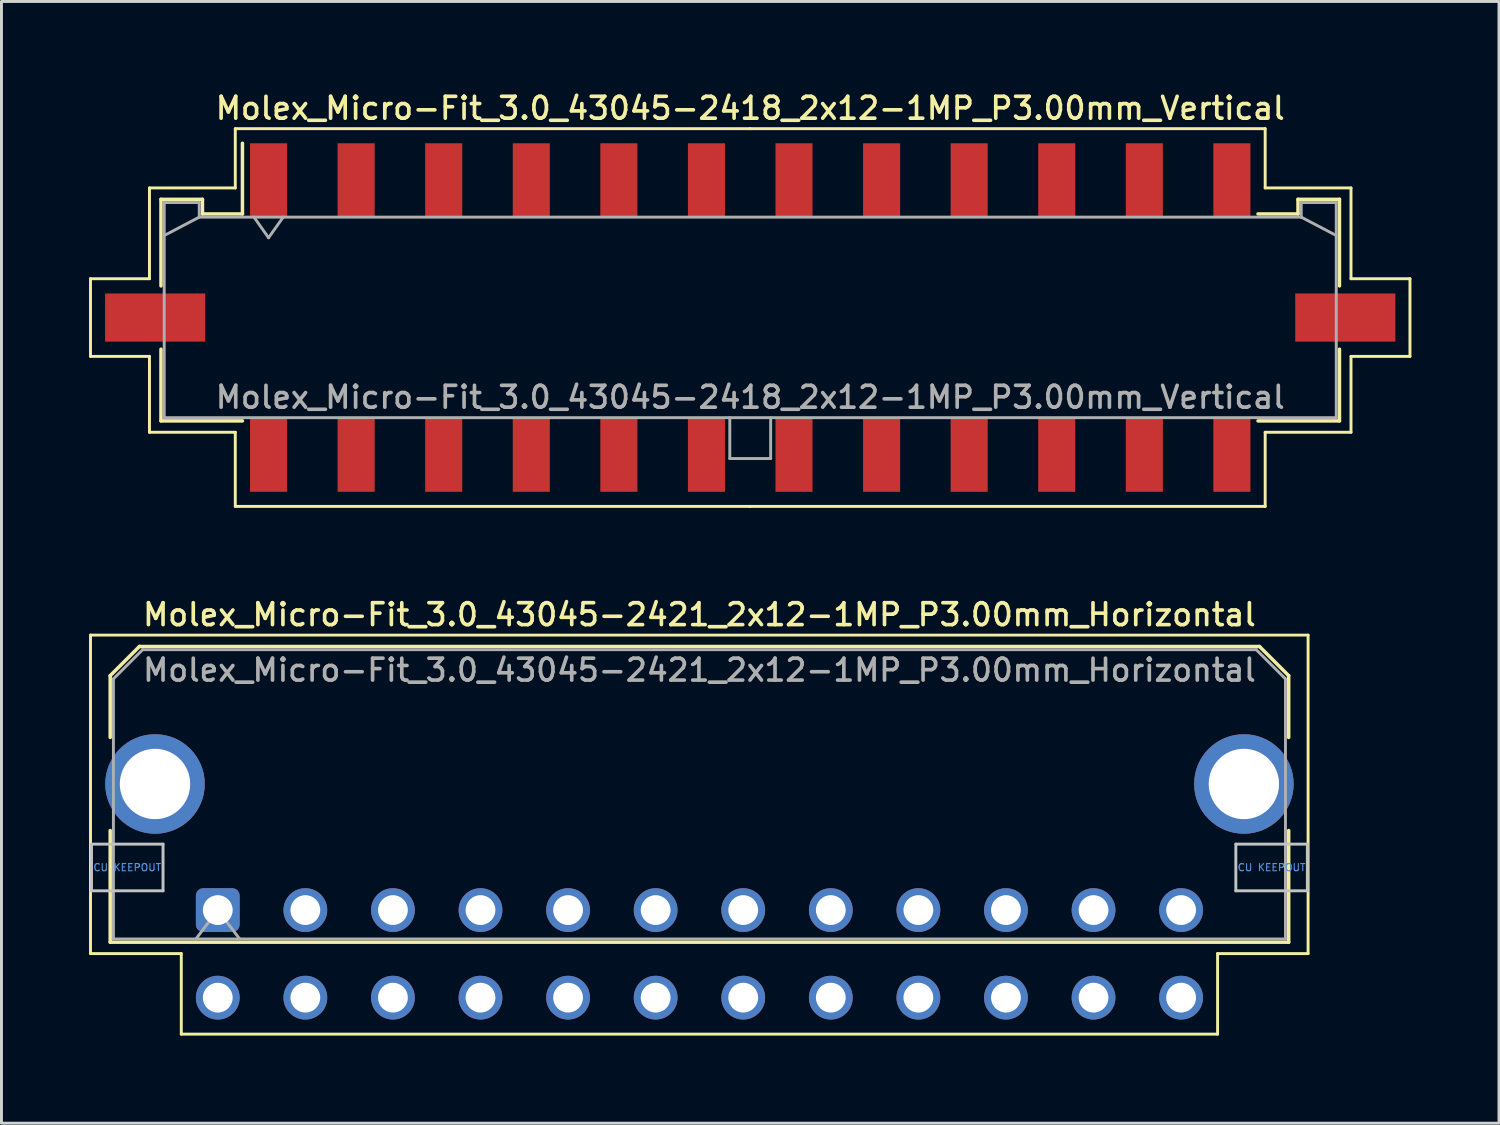
<source format=kicad_pcb>
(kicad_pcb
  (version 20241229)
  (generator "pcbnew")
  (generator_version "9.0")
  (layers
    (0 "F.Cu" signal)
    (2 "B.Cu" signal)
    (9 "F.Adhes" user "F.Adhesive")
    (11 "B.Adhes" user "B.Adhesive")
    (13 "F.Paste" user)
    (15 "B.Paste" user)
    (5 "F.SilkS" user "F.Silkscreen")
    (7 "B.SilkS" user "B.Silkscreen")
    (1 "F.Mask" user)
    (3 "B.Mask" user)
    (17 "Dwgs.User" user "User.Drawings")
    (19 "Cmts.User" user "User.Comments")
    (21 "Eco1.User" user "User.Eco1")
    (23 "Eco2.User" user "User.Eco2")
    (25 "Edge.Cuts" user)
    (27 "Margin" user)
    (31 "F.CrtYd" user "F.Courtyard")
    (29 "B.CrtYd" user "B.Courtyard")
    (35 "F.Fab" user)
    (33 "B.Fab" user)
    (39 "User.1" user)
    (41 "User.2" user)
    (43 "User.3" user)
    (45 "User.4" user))
  (footprint "Molex_Micro-Fit_3.0_43045-2418_2x12-1MP_P3.00mm_Vertical"
    (layer "F.Cu")
    (at 22.65 7.828)
    (property "Reference" "Molex_Micro-Fit_3.0_43045-2418_2x12-1MP_P3.00mm_Vertical" (at 0 -7.17 0) (layer "F.SilkS") (effects (font (size 0.75 0.75) (thickness 0.125))))
    (attr smd)
    (fp_line (start -22.6 -1.33) (end -22.6 1.33) (stroke (width 0.1) (type solid)) (layer "F.SilkS"))
    (fp_line (start -22.6 1.33) (end -20.58 1.33) (stroke (width 0.1) (type solid)) (layer "F.SilkS"))
    (fp_line (start -20.58 -4.44) (end -20.58 -1.33) (stroke (width 0.1) (type solid)) (layer "F.SilkS"))
    (fp_line (start -20.58 -1.33) (end -22.6 -1.33) (stroke (width 0.1) (type solid)) (layer "F.SilkS"))
    (fp_line (start -20.58 1.33) (end -20.58 3.93) (stroke (width 0.1) (type solid)) (layer "F.SilkS"))
    (fp_line (start -20.58 3.93) (end -17.64 3.93) (stroke (width 0.1) (type solid)) (layer "F.SilkS"))
    (fp_line (start -20.185 -4.05) (end -18.765 -4.05) (stroke (width 0.12) (type solid)) (layer "F.SilkS"))
    (fp_line (start -20.185 -1.085) (end -20.185 -4.05) (stroke (width 0.12) (type solid)) (layer "F.SilkS"))
    (fp_line (start -20.185 1.085) (end -20.185 3.54) (stroke (width 0.12) (type solid)) (layer "F.SilkS"))
    (fp_line (start -20.185 3.54) (end -17.395 3.54) (stroke (width 0.12) (type solid)) (layer "F.SilkS"))
    (fp_line (start -18.765 -4.05) (end -18.765 -3.55) (stroke (width 0.12) (type solid)) (layer "F.SilkS"))
    (fp_line (start -18.765 -3.55) (end -17.395 -3.55) (stroke (width 0.12) (type solid)) (layer "F.SilkS"))
    (fp_line (start -17.64 -6.47) (end -17.64 -4.44) (stroke (width 0.1) (type solid)) (layer "F.SilkS"))
    (fp_line (start -17.64 -4.44) (end -20.58 -4.44) (stroke (width 0.1) (type solid)) (layer "F.SilkS"))
    (fp_line (start -17.64 3.93) (end -17.64 6.47) (stroke (width 0.1) (type solid)) (layer "F.SilkS"))
    (fp_line (start -17.64 6.47) (end 0 6.47) (stroke (width 0.1) (type solid)) (layer "F.SilkS"))
    (fp_line (start -17.395 -3.55) (end -17.395 -5.97) (stroke (width 0.12) (type solid)) (layer "F.SilkS"))
    (fp_line (start 0 -6.47) (end -17.64 -6.47) (stroke (width 0.1) (type solid)) (layer "F.SilkS"))
    (fp_line (start 0 -6.47) (end 17.64 -6.47) (stroke (width 0.1) (type solid)) (layer "F.SilkS"))
    (fp_line (start 17.64 -6.47) (end 17.64 -4.44) (stroke (width 0.1) (type solid)) (layer "F.SilkS"))
    (fp_line (start 17.64 -4.44) (end 20.58 -4.44) (stroke (width 0.1) (type solid)) (layer "F.SilkS"))
    (fp_line (start 17.64 3.93) (end 17.64 6.47) (stroke (width 0.1) (type solid)) (layer "F.SilkS"))
    (fp_line (start 17.64 6.47) (end 0 6.47) (stroke (width 0.1) (type solid)) (layer "F.SilkS"))
    (fp_line (start 18.765 -4.05) (end 18.765 -3.55) (stroke (width 0.12) (type solid)) (layer "F.SilkS"))
    (fp_line (start 18.765 -3.55) (end 17.395 -3.55) (stroke (width 0.12) (type solid)) (layer "F.SilkS"))
    (fp_line (start 20.185 -4.05) (end 18.765 -4.05) (stroke (width 0.12) (type solid)) (layer "F.SilkS"))
    (fp_line (start 20.185 -1.085) (end 20.185 -4.05) (stroke (width 0.12) (type solid)) (layer "F.SilkS"))
    (fp_line (start 20.185 1.085) (end 20.185 3.54) (stroke (width 0.12) (type solid)) (layer "F.SilkS"))
    (fp_line (start 20.185 3.54) (end 17.395 3.54) (stroke (width 0.12) (type solid)) (layer "F.SilkS"))
    (fp_line (start 20.58 -4.44) (end 20.58 -1.33) (stroke (width 0.1) (type solid)) (layer "F.SilkS"))
    (fp_line (start 20.58 -1.33) (end 22.6 -1.33) (stroke (width 0.1) (type solid)) (layer "F.SilkS"))
    (fp_line (start 20.58 1.33) (end 20.58 3.93) (stroke (width 0.1) (type solid)) (layer "F.SilkS"))
    (fp_line (start 20.58 3.93) (end 17.64 3.93) (stroke (width 0.1) (type solid)) (layer "F.SilkS"))
    (fp_line (start 22.6 -1.33) (end 22.6 1.33) (stroke (width 0.1) (type solid)) (layer "F.SilkS"))
    (fp_line (start 22.6 1.33) (end 20.58 1.33) (stroke (width 0.1) (type solid)) (layer "F.SilkS"))
    (fp_line (start -20.075 -3.94) (end -20.075 3.43) (stroke (width 0.1) (type solid)) (layer "F.Fab"))
    (fp_line (start -20.075 -2.81) (end -18.875 -3.44) (stroke (width 0.1) (type solid)) (layer "F.Fab"))
    (fp_line (start -20.075 3.43) (end 20.075 3.43) (stroke (width 0.1) (type solid)) (layer "F.Fab"))
    (fp_line (start -18.875 -3.94) (end -20.075 -3.94) (stroke (width 0.1) (type solid)) (layer "F.Fab"))
    (fp_line (start -18.875 -3.44) (end -18.875 -3.94) (stroke (width 0.1) (type solid)) (layer "F.Fab"))
    (fp_line (start -17 -3.44) (end -16.5 -2.733) (stroke (width 0.1) (type solid)) (layer "F.Fab"))
    (fp_line (start -16.5 -2.733) (end -16 -3.44) (stroke (width 0.1) (type solid)) (layer "F.Fab"))
    (fp_line (start -0.7 3.43) (end -0.7 4.83) (stroke (width 0.1) (type solid)) (layer "F.Fab"))
    (fp_line (start -0.7 4.83) (end 0.7 4.83) (stroke (width 0.1) (type solid)) (layer "F.Fab"))
    (fp_line (start 0.7 4.83) (end 0.7 3.43) (stroke (width 0.1) (type solid)) (layer "F.Fab"))
    (fp_line (start 18.875 -3.94) (end 18.875 -3.44) (stroke (width 0.1) (type solid)) (layer "F.Fab"))
    (fp_line (start 18.875 -3.44) (end -18.875 -3.44) (stroke (width 0.1) (type solid)) (layer "F.Fab"))
    (fp_line (start 20.075 -3.94) (end 18.875 -3.94) (stroke (width 0.1) (type solid)) (layer "F.Fab"))
    (fp_line (start 20.075 -2.81) (end 18.875 -3.44) (stroke (width 0.1) (type solid)) (layer "F.Fab"))
    (fp_line (start 20.075 3.43) (end 20.075 -3.94) (stroke (width 0.1) (type solid)) (layer "F.Fab"))
    (fp_text user "${REFERENCE}" (at 0 2.73 0) (layer "F.Fab") (effects (font (size 0.75 0.75) (thickness 0.125))))
    (pad "1" smd rect (at -16.5 -4.7) (size 1.27 2.54) (layers "F.Cu" "F.Mask" "F.Paste"))
    (pad "2" smd rect (at -13.5 -4.7) (size 1.27 2.54) (layers "F.Cu" "F.Mask" "F.Paste"))
    (pad "3" smd rect (at -10.5 -4.7) (size 1.27 2.54) (layers "F.Cu" "F.Mask" "F.Paste"))
    (pad "4" smd rect (at -7.5 -4.7) (size 1.27 2.54) (layers "F.Cu" "F.Mask" "F.Paste"))
    (pad "5" smd rect (at -4.5 -4.7) (size 1.27 2.54) (layers "F.Cu" "F.Mask" "F.Paste"))
    (pad "6" smd rect (at -1.5 -4.7) (size 1.27 2.54) (layers "F.Cu" "F.Mask" "F.Paste"))
    (pad "7" smd rect (at 1.5 -4.7) (size 1.27 2.54) (layers "F.Cu" "F.Mask" "F.Paste"))
    (pad "8" smd rect (at 4.5 -4.7) (size 1.27 2.54) (layers "F.Cu" "F.Mask" "F.Paste"))
    (pad "9" smd rect (at 7.5 -4.7) (size 1.27 2.54) (layers "F.Cu" "F.Mask" "F.Paste"))
    (pad "10" smd rect (at 10.5 -4.7) (size 1.27 2.54) (layers "F.Cu" "F.Mask" "F.Paste"))
    (pad "11" smd rect (at 13.5 -4.7) (size 1.27 2.54) (layers "F.Cu" "F.Mask" "F.Paste"))
    (pad "12" smd rect (at 16.5 -4.7) (size 1.27 2.54) (layers "F.Cu" "F.Mask" "F.Paste"))
    (pad "13" smd rect (at -16.5 4.7) (size 1.27 2.54) (layers "F.Cu" "F.Mask" "F.Paste"))
    (pad "14" smd rect (at -13.5 4.7) (size 1.27 2.54) (layers "F.Cu" "F.Mask" "F.Paste"))
    (pad "15" smd rect (at -10.5 4.7) (size 1.27 2.54) (layers "F.Cu" "F.Mask" "F.Paste"))
    (pad "16" smd rect (at -7.5 4.7) (size 1.27 2.54) (layers "F.Cu" "F.Mask" "F.Paste"))
    (pad "17" smd rect (at -4.5 4.7) (size 1.27 2.54) (layers "F.Cu" "F.Mask" "F.Paste"))
    (pad "18" smd rect (at -1.5 4.7) (size 1.27 2.54) (layers "F.Cu" "F.Mask" "F.Paste"))
    (pad "19" smd rect (at 1.5 4.7) (size 1.27 2.54) (layers "F.Cu" "F.Mask" "F.Paste"))
    (pad "20" smd rect (at 4.5 4.7) (size 1.27 2.54) (layers "F.Cu" "F.Mask" "F.Paste"))
    (pad "21" smd rect (at 7.5 4.7) (size 1.27 2.54) (layers "F.Cu" "F.Mask" "F.Paste"))
    (pad "22" smd rect (at 10.5 4.7) (size 1.27 2.54) (layers "F.Cu" "F.Mask" "F.Paste"))
    (pad "23" smd rect (at 13.5 4.7) (size 1.27 2.54) (layers "F.Cu" "F.Mask" "F.Paste"))
    (pad "24" smd rect (at 16.5 4.7) (size 1.27 2.54) (layers "F.Cu" "F.Mask" "F.Paste"))
    (pad "MP" smd rect (at -20.385 0) (size 3.43 1.65) (layers "F.Cu" "F.Mask" "F.Paste"))
    (pad "MP" smd rect (at 20.385 0) (size 3.43 1.65) (layers "F.Cu" "F.Mask" "F.Paste")))
  (footprint "Molex_Micro-Fit_3.0_43045-2421_2x12-1MP_P3.00mm_Horizontal"
    (layer "F.Cu")
    (at 4.41 28.126)
    (property "Reference" "Molex_Micro-Fit_3.0_43045-2421_2x12-1MP_P3.00mm_Horizontal" (at 16.5 -10.12 0) (layer "F.SilkS") (effects (font (size 0.75 0.75) (thickness 0.125))))
    (attr through_hole)
    (fp_line (start -4.36 -9.42) (end 37.35 -9.42) (stroke (width 0.1) (type solid)) (layer "F.SilkS"))
    (fp_line (start -4.36 1.49) (end -4.36 -9.42) (stroke (width 0.1) (type solid)) (layer "F.SilkS"))
    (fp_line (start -3.685 -8.03) (end -2.685 -9.03) (stroke (width 0.12) (type solid)) (layer "F.SilkS"))
    (fp_line (start -3.685 -5.915) (end -3.685 -8.03) (stroke (width 0.12) (type solid)) (layer "F.SilkS"))
    (fp_line (start -3.685 -2.725) (end -3.685 1.1) (stroke (width 0.12) (type solid)) (layer "F.SilkS"))
    (fp_line (start -3.685 1.1) (end 36.685 1.1) (stroke (width 0.12) (type solid)) (layer "F.SilkS"))
    (fp_line (start -2.685 -9.03) (end 35.685 -9.03) (stroke (width 0.12) (type solid)) (layer "F.SilkS"))
    (fp_line (start -1.25 1.49) (end -4.36 1.49) (stroke (width 0.1) (type solid)) (layer "F.SilkS"))
    (fp_line (start -1.25 4.25) (end -1.25 1.49) (stroke (width 0.1) (type solid)) (layer "F.SilkS"))
    (fp_line (start 34.25 1.49) (end 34.25 4.25) (stroke (width 0.1) (type solid)) (layer "F.SilkS"))
    (fp_line (start 34.25 4.25) (end -1.25 4.25) (stroke (width 0.1) (type solid)) (layer "F.SilkS"))
    (fp_line (start 35.685 -9.03) (end 36.685 -8.03) (stroke (width 0.12) (type solid)) (layer "F.SilkS"))
    (fp_line (start 36.685 -8.03) (end 36.685 -5.915) (stroke (width 0.12) (type solid)) (layer "F.SilkS"))
    (fp_line (start 36.685 1.1) (end 36.685 -2.725) (stroke (width 0.12) (type solid)) (layer "F.SilkS"))
    (fp_line (start 37.35 -9.42) (end 37.35 1.49) (stroke (width 0.1) (type solid)) (layer "F.SilkS"))
    (fp_line (start 37.35 1.49) (end 34.25 1.49) (stroke (width 0.1) (type solid)) (layer "F.SilkS"))
    (fp_line (start -4.325 -2.26) (end -4.325 -0.66) (stroke (width 0.1) (type solid)) (layer "Dwgs.User"))
    (fp_line (start -4.325 -0.66) (end -1.875 -0.66) (stroke (width 0.1) (type solid)) (layer "Dwgs.User"))
    (fp_line (start -1.875 -2.26) (end -4.325 -2.26) (stroke (width 0.1) (type solid)) (layer "Dwgs.User"))
    (fp_line (start -1.875 -0.66) (end -1.875 -2.26) (stroke (width 0.1) (type solid)) (layer "Dwgs.User"))
    (fp_line (start 34.875 -2.26) (end 34.875 -0.66) (stroke (width 0.1) (type solid)) (layer "Dwgs.User"))
    (fp_line (start 34.875 -0.66) (end 37.325 -0.66) (stroke (width 0.1) (type solid)) (layer "Dwgs.User"))
    (fp_line (start 37.325 -2.26) (end 34.875 -2.26) (stroke (width 0.1) (type solid)) (layer "Dwgs.User"))
    (fp_line (start 37.325 -0.66) (end 37.325 -2.26) (stroke (width 0.1) (type solid)) (layer "Dwgs.User"))
    (fp_line (start -3.575 -7.92) (end -2.575 -8.92) (stroke (width 0.1) (type solid)) (layer "F.Fab"))
    (fp_line (start -3.575 0.99) (end -3.575 -7.92) (stroke (width 0.1) (type solid)) (layer "F.Fab"))
    (fp_line (start -2.575 -8.92) (end 35.575 -8.92) (stroke (width 0.1) (type solid)) (layer "F.Fab"))
    (fp_line (start -0.75 0.99) (end 0 0) (stroke (width 0.1) (type solid)) (layer "F.Fab"))
    (fp_line (start 0 0) (end 0.75 0.99) (stroke (width 0.1) (type solid)) (layer "F.Fab"))
    (fp_line (start 35.575 -8.92) (end 36.575 -7.92) (stroke (width 0.1) (type solid)) (layer "F.Fab"))
    (fp_line (start 36.575 -7.92) (end 36.575 0.99) (stroke (width 0.1) (type solid)) (layer "F.Fab"))
    (fp_line (start 36.575 0.99) (end -3.575 0.99) (stroke (width 0.1) (type solid)) (layer "F.Fab"))
    (fp_text user "CU KEEPOUT" (at 36.1 -1.46 0) (layer "Cmts.User") (effects (font (size 0.245 0.245) (thickness 0.037))))
    (fp_text user "CU KEEPOUT" (at -3.1 -1.46 0) (layer "Cmts.User") (effects (font (size 0.245 0.245) (thickness 0.037))))
    (fp_text user "${REFERENCE}" (at 16.5 -8.22 0) (layer "F.Fab") (effects (font (size 0.75 0.75) (thickness 0.125))))
    (pad "1" thru_hole roundrect (at 0 0) (size 1.5 1.5) (drill 1.02) (layers "*.Cu" "*.Mask") (roundrect_rratio 0.167))
    (pad "2" thru_hole circle (at 3 0) (size 1.5 1.5) (drill 1.02) (layers "*.Cu" "*.Mask"))
    (pad "3" thru_hole circle (at 6 0) (size 1.5 1.5) (drill 1.02) (layers "*.Cu" "*.Mask"))
    (pad "4" thru_hole circle (at 9 0) (size 1.5 1.5) (drill 1.02) (layers "*.Cu" "*.Mask"))
    (pad "5" thru_hole circle (at 12 0) (size 1.5 1.5) (drill 1.02) (layers "*.Cu" "*.Mask"))
    (pad "6" thru_hole circle (at 15 0) (size 1.5 1.5) (drill 1.02) (layers "*.Cu" "*.Mask"))
    (pad "7" thru_hole circle (at 18 0) (size 1.5 1.5) (drill 1.02) (layers "*.Cu" "*.Mask"))
    (pad "8" thru_hole circle (at 21 0) (size 1.5 1.5) (drill 1.02) (layers "*.Cu" "*.Mask"))
    (pad "9" thru_hole circle (at 24 0) (size 1.5 1.5) (drill 1.02) (layers "*.Cu" "*.Mask"))
    (pad "10" thru_hole circle (at 27 0) (size 1.5 1.5) (drill 1.02) (layers "*.Cu" "*.Mask"))
    (pad "11" thru_hole circle (at 30 0) (size 1.5 1.5) (drill 1.02) (layers "*.Cu" "*.Mask"))
    (pad "12" thru_hole circle (at 33 0) (size 1.5 1.5) (drill 1.02) (layers "*.Cu" "*.Mask"))
    (pad "13" thru_hole circle (at 0 3) (size 1.5 1.5) (drill 1.02) (layers "*.Cu" "*.Mask"))
    (pad "14" thru_hole circle (at 3 3) (size 1.5 1.5) (drill 1.02) (layers "*.Cu" "*.Mask"))
    (pad "15" thru_hole circle (at 6 3) (size 1.5 1.5) (drill 1.02) (layers "*.Cu" "*.Mask"))
    (pad "16" thru_hole circle (at 9 3) (size 1.5 1.5) (drill 1.02) (layers "*.Cu" "*.Mask"))
    (pad "17" thru_hole circle (at 12 3) (size 1.5 1.5) (drill 1.02) (layers "*.Cu" "*.Mask"))
    (pad "18" thru_hole circle (at 15 3) (size 1.5 1.5) (drill 1.02) (layers "*.Cu" "*.Mask"))
    (pad "19" thru_hole circle (at 18 3) (size 1.5 1.5) (drill 1.02) (layers "*.Cu" "*.Mask"))
    (pad "20" thru_hole circle (at 21 3) (size 1.5 1.5) (drill 1.02) (layers "*.Cu" "*.Mask"))
    (pad "21" thru_hole circle (at 24 3) (size 1.5 1.5) (drill 1.02) (layers "*.Cu" "*.Mask"))
    (pad "22" thru_hole circle (at 27 3) (size 1.5 1.5) (drill 1.02) (layers "*.Cu" "*.Mask"))
    (pad "23" thru_hole circle (at 30 3) (size 1.5 1.5) (drill 1.02) (layers "*.Cu" "*.Mask"))
    (pad "24" thru_hole circle (at 33 3) (size 1.5 1.5) (drill 1.02) (layers "*.Cu" "*.Mask"))
    (pad "MP" thru_hole circle (at -2.15 -4.32) (size 3.41 3.41) (drill 2.41) (layers "*.Cu" "*.Mask"))
    (pad "MP" thru_hole circle (at 35.15 -4.32) (size 3.41 3.41) (drill 2.41) (layers "*.Cu" "*.Mask")))
  (gr_rect
    (start -3 -3)
    (end 48.3 35.426)
    (stroke (width 0.1) (type default))
    (fill no)
    (layer "Edge.Cuts")))
</source>
